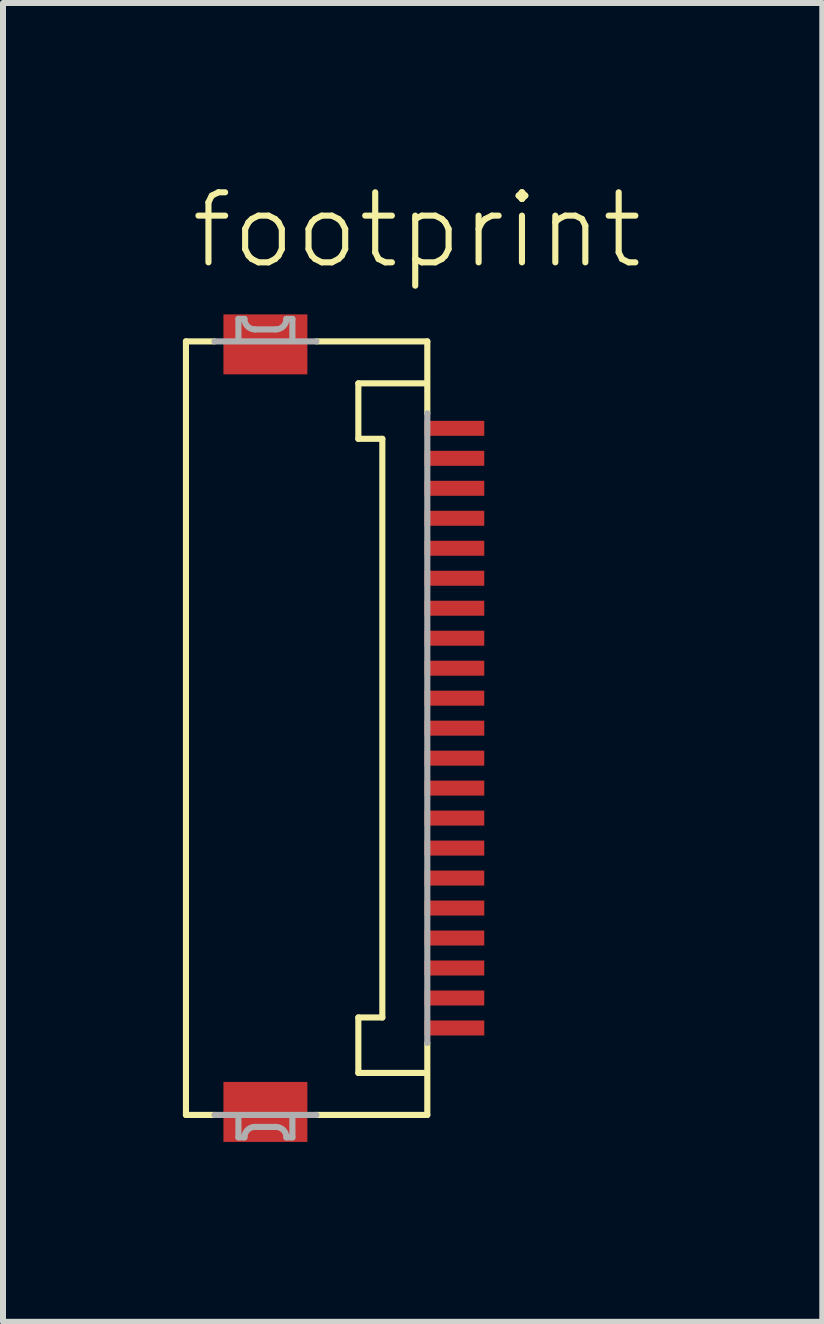
<source format=kicad_pcb>
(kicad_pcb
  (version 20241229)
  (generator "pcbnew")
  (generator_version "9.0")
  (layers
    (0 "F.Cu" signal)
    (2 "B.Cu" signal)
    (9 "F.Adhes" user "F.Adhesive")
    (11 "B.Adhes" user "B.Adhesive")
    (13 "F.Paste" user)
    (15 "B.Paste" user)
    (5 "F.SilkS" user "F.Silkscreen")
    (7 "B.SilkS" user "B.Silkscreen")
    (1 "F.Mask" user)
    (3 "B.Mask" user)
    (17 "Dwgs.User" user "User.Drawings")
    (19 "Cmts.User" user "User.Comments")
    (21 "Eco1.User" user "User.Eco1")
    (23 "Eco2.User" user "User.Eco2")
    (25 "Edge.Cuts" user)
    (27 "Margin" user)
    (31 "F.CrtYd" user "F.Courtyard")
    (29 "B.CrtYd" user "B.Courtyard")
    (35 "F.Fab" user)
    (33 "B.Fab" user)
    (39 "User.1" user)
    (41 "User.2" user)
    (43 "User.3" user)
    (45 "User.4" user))
  (footprint "footprint"
    (layer "F.Cu")
    (at 1.986 9.093)
    (property "Reference" "footprint" (at -1.905 -7.62 0) (layer "F.SilkS") (effects (font (size 1.168 1.168) (thickness 0.102)) (justify left bottom)))
    (fp_poly (pts (xy 2.015 -4.85) (xy 3.065 -4.85) (xy 3.065 -5.15) (xy 2.015 -5.15)) (stroke (width 0) (type solid)) (fill yes) (layer "F.Mask"))
    (fp_poly (pts (xy 2.015 -4.35) (xy 3.065 -4.35) (xy 3.065 -4.65) (xy 2.015 -4.65)) (stroke (width 0) (type solid)) (fill yes) (layer "F.Mask"))
    (fp_poly (pts (xy 2.015 -3.85) (xy 3.065 -3.85) (xy 3.065 -4.15) (xy 2.015 -4.15)) (stroke (width 0) (type solid)) (fill yes) (layer "F.Mask"))
    (fp_poly (pts (xy 2.015 -3.35) (xy 3.065 -3.35) (xy 3.065 -3.65) (xy 2.015 -3.65)) (stroke (width 0) (type solid)) (fill yes) (layer "F.Mask"))
    (fp_poly (pts (xy 2.015 -2.85) (xy 3.065 -2.85) (xy 3.065 -3.15) (xy 2.015 -3.15)) (stroke (width 0) (type solid)) (fill yes) (layer "F.Mask"))
    (fp_poly (pts (xy 2.015 -2.35) (xy 3.065 -2.35) (xy 3.065 -2.65) (xy 2.015 -2.65)) (stroke (width 0) (type solid)) (fill yes) (layer "F.Mask"))
    (fp_poly (pts (xy 2.015 -1.85) (xy 3.065 -1.85) (xy 3.065 -2.15) (xy 2.015 -2.15)) (stroke (width 0) (type solid)) (fill yes) (layer "F.Mask"))
    (fp_poly (pts (xy 2.015 -1.35) (xy 3.065 -1.35) (xy 3.065 -1.65) (xy 2.015 -1.65)) (stroke (width 0) (type solid)) (fill yes) (layer "F.Mask"))
    (fp_poly (pts (xy 2.015 -0.85) (xy 3.065 -0.85) (xy 3.065 -1.15) (xy 2.015 -1.15)) (stroke (width 0) (type solid)) (fill yes) (layer "F.Mask"))
    (fp_poly (pts (xy 2.015 -0.35) (xy 3.065 -0.35) (xy 3.065 -0.65) (xy 2.015 -0.65)) (stroke (width 0) (type solid)) (fill yes) (layer "F.Mask"))
    (fp_poly (pts (xy 2.015 0.15) (xy 3.065 0.15) (xy 3.065 -0.15) (xy 2.015 -0.15)) (stroke (width 0) (type solid)) (fill yes) (layer "F.Mask"))
    (fp_poly (pts (xy 2.015 0.65) (xy 3.065 0.65) (xy 3.065 0.35) (xy 2.015 0.35)) (stroke (width 0) (type solid)) (fill yes) (layer "F.Mask"))
    (fp_poly (pts (xy 2.015 1.15) (xy 3.065 1.15) (xy 3.065 0.85) (xy 2.015 0.85)) (stroke (width 0) (type solid)) (fill yes) (layer "F.Mask"))
    (fp_poly (pts (xy 2.015 1.65) (xy 3.065 1.65) (xy 3.065 1.35) (xy 2.015 1.35)) (stroke (width 0) (type solid)) (fill yes) (layer "F.Mask"))
    (fp_poly (pts (xy 2.015 2.15) (xy 3.065 2.15) (xy 3.065 1.85) (xy 2.015 1.85)) (stroke (width 0) (type solid)) (fill yes) (layer "F.Mask"))
    (fp_poly (pts (xy 2.015 2.65) (xy 3.065 2.65) (xy 3.065 2.35) (xy 2.015 2.35)) (stroke (width 0) (type solid)) (fill yes) (layer "F.Mask"))
    (fp_poly (pts (xy 2.015 3.15) (xy 3.065 3.15) (xy 3.065 2.85) (xy 2.015 2.85)) (stroke (width 0) (type solid)) (fill yes) (layer "F.Mask"))
    (fp_poly (pts (xy 2.015 3.65) (xy 3.065 3.65) (xy 3.065 3.35) (xy 2.015 3.35)) (stroke (width 0) (type solid)) (fill yes) (layer "F.Mask"))
    (fp_poly (pts (xy 2.015 4.15) (xy 3.065 4.15) (xy 3.065 3.85) (xy 2.015 3.85)) (stroke (width 0) (type solid)) (fill yes) (layer "F.Mask"))
    (fp_poly (pts (xy 2.015 4.65) (xy 3.065 4.65) (xy 3.065 4.35) (xy 2.015 4.35)) (stroke (width 0) (type solid)) (fill yes) (layer "F.Mask"))
    (fp_poly (pts (xy 2.015 5.15) (xy 3.065 5.15) (xy 3.065 4.85) (xy 2.015 4.85)) (stroke (width 0) (type solid)) (fill yes) (layer "F.Mask"))
    (fp_line (start -1.935 -6.45) (end -1.935 6.45) (stroke (width 0.102) (type solid)) (layer "F.SilkS"))
    (fp_line (start -1.935 6.45) (end -1.46 6.45) (stroke (width 0.102) (type solid)) (layer "F.SilkS"))
    (fp_line (start -1.46 -6.45) (end -1.935 -6.45) (stroke (width 0.102) (type solid)) (layer "F.SilkS"))
    (fp_line (start 0.24 6.45) (end 2.09 6.45) (stroke (width 0.102) (type solid)) (layer "F.SilkS"))
    (fp_line (start 0.94 -5.75) (end 0.94 -4.825) (stroke (width 0.102) (type solid)) (layer "F.SilkS"))
    (fp_line (start 0.94 -4.825) (end 1.34 -4.825) (stroke (width 0.102) (type solid)) (layer "F.SilkS"))
    (fp_line (start 0.94 4.825) (end 0.94 5.75) (stroke (width 0.102) (type solid)) (layer "F.SilkS"))
    (fp_line (start 1.34 -4.825) (end 1.34 4.825) (stroke (width 0.102) (type solid)) (layer "F.SilkS"))
    (fp_line (start 1.34 4.825) (end 0.94 4.825) (stroke (width 0.102) (type solid)) (layer "F.SilkS"))
    (fp_line (start 2.04 -5.75) (end 0.94 -5.75) (stroke (width 0.102) (type solid)) (layer "F.SilkS"))
    (fp_line (start 2.04 5.75) (end 0.94 5.75) (stroke (width 0.102) (type solid)) (layer "F.SilkS"))
    (fp_line (start 2.09 -6.45) (end 0.24 -6.45) (stroke (width 0.102) (type solid)) (layer "F.SilkS"))
    (fp_line (start 2.09 -5.25) (end 2.09 -6.45) (stroke (width 0.102) (type solid)) (layer "F.SilkS"))
    (fp_line (start 2.09 6.45) (end 2.09 5.25) (stroke (width 0.102) (type solid)) (layer "F.SilkS"))
    (fp_line (start -1.46 6.45) (end 0.24 6.45) (stroke (width 0.102) (type solid)) (layer "F.Fab"))
    (fp_line (start -1.06 -6.825) (end -0.96 -6.825) (stroke (width 0.102) (type solid)) (layer "F.Fab"))
    (fp_line (start -1.06 -6.5) (end -1.06 -6.825) (stroke (width 0.102) (type solid)) (layer "F.Fab"))
    (fp_line (start -1.06 6.825) (end -1.06 6.5) (stroke (width 0.102) (type solid)) (layer "F.Fab"))
    (fp_line (start -0.96 6.825) (end -1.06 6.825) (stroke (width 0.102) (type solid)) (layer "F.Fab"))
    (fp_line (start -0.785 -6.65) (end -0.435 -6.65) (stroke (width 0.102) (type solid)) (layer "F.Fab"))
    (fp_line (start -0.435 6.65) (end -0.785 6.65) (stroke (width 0.102) (type solid)) (layer "F.Fab"))
    (fp_line (start -0.26 -6.825) (end -0.16 -6.825) (stroke (width 0.102) (type solid)) (layer "F.Fab"))
    (fp_line (start -0.16 -6.825) (end -0.16 -6.5) (stroke (width 0.102) (type solid)) (layer "F.Fab"))
    (fp_line (start -0.16 6.5) (end -0.16 6.825) (stroke (width 0.102) (type solid)) (layer "F.Fab"))
    (fp_line (start -0.16 6.825) (end -0.26 6.825) (stroke (width 0.102) (type solid)) (layer "F.Fab"))
    (fp_line (start 0.24 -6.45) (end -1.46 -6.45) (stroke (width 0.102) (type solid)) (layer "F.Fab"))
    (fp_line (start 2.09 5.25) (end 2.09 -5.25) (stroke (width 0.102) (type solid)) (layer "F.Fab"))
    (fp_arc (start -0.96 6.825) (mid -0.908744 6.701256) (end -0.785 6.65) (stroke (width 0.1016) (type solid)) (layer "F.Fab"))
    (fp_arc (start -0.785 -6.65) (mid -0.908744 -6.701256) (end -0.96 -6.825) (stroke (width 0.1016) (type solid)) (layer "F.Fab"))
    (fp_arc (start -0.435 6.65) (mid -0.311256 6.701256) (end -0.26 6.825) (stroke (width 0.1016) (type solid)) (layer "F.Fab"))
    (fp_arc (start -0.26 -6.825) (mid -0.311256 -6.701256) (end -0.435 -6.65) (stroke (width 0.1016) (type solid)) (layer "F.Fab"))
    (pad "1" smd rect (at 2.54 -5) (size 1 0.25) (layers "F.Cu" "F.Paste"))
    (pad "2" smd rect (at 2.54 -4.5) (size 1 0.25) (layers "F.Cu" "F.Paste"))
    (pad "3" smd rect (at 2.54 -4) (size 1 0.25) (layers "F.Cu" "F.Paste"))
    (pad "4" smd rect (at 2.54 -3.5) (size 1 0.25) (layers "F.Cu" "F.Paste"))
    (pad "5" smd rect (at 2.54 -3) (size 1 0.25) (layers "F.Cu" "F.Paste"))
    (pad "6" smd rect (at 2.54 -2.5) (size 1 0.25) (layers "F.Cu" "F.Paste"))
    (pad "7" smd rect (at 2.54 -2) (size 1 0.25) (layers "F.Cu" "F.Paste"))
    (pad "8" smd rect (at 2.54 -1.5) (size 1 0.25) (layers "F.Cu" "F.Paste"))
    (pad "9" smd rect (at 2.54 -1) (size 1 0.25) (layers "F.Cu" "F.Paste"))
    (pad "10" smd rect (at 2.54 -0.5) (size 1 0.25) (layers "F.Cu" "F.Paste"))
    (pad "11" smd rect (at 2.54 0) (size 1 0.25) (layers "F.Cu" "F.Paste"))
    (pad "12" smd rect (at 2.54 0.5) (size 1 0.25) (layers "F.Cu" "F.Paste"))
    (pad "13" smd rect (at 2.54 1) (size 1 0.25) (layers "F.Cu" "F.Paste"))
    (pad "14" smd rect (at 2.54 1.5) (size 1 0.25) (layers "F.Cu" "F.Paste"))
    (pad "15" smd rect (at 2.54 2) (size 1 0.25) (layers "F.Cu" "F.Paste"))
    (pad "16" smd rect (at 2.54 2.5) (size 1 0.25) (layers "F.Cu" "F.Paste"))
    (pad "17" smd rect (at 2.54 3) (size 1 0.25) (layers "F.Cu" "F.Paste"))
    (pad "18" smd rect (at 2.54 3.5) (size 1 0.25) (layers "F.Cu" "F.Paste"))
    (pad "19" smd rect (at 2.54 4) (size 1 0.25) (layers "F.Cu" "F.Paste"))
    (pad "20" smd rect (at 2.54 4.5) (size 1 0.25) (layers "F.Cu" "F.Paste"))
    (pad "21" smd rect (at 2.54 5) (size 1 0.25) (layers "F.Cu" "F.Paste"))
    (pad "M1" smd rect (at -0.61 -6.4) (size 1.4 1) (layers "F.Cu" "F.Mask" "F.Paste"))
    (pad "M2" smd rect (at -0.61 6.4) (size 1.4 1) (layers "F.Cu" "F.Mask" "F.Paste")))
  (gr_rect
    (start -3 -3)
    (end 10.663 18.993)
    (stroke (width 0.1) (type default))
    (fill no)
    (layer "Edge.Cuts")))
</source>
